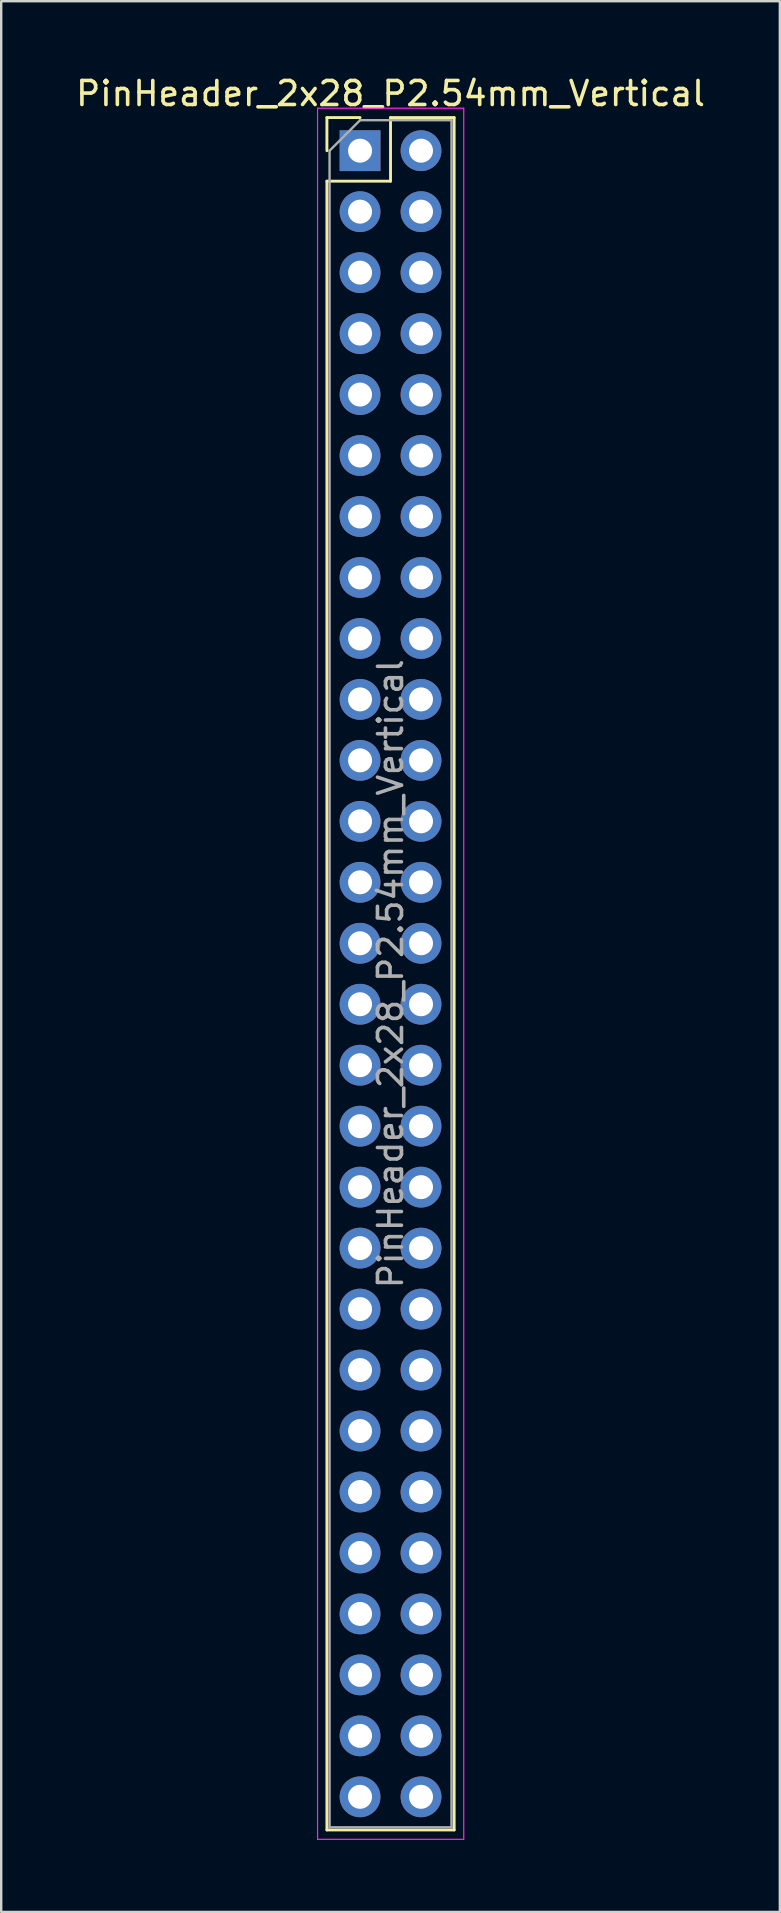
<source format=kicad_pcb>
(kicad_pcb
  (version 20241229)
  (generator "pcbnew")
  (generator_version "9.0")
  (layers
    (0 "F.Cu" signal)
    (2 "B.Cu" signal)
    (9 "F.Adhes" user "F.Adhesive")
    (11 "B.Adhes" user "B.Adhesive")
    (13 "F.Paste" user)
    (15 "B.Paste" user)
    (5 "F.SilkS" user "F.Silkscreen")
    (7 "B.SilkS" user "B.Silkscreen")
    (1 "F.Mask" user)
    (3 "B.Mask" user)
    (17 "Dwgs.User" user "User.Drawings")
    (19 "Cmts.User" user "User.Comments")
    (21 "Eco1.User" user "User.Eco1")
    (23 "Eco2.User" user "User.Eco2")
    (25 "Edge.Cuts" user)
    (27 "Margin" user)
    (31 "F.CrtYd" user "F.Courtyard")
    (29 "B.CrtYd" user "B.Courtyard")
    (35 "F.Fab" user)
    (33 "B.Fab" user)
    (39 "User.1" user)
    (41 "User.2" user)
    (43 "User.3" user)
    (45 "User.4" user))
  (footprint "PinHeader_2x28_P2.54mm_Vertical"
    (layer "F.Cu")
    (at 11.95 3.228)
    (property "Reference" "PinHeader_2x28_P2.54mm_Vertical" (at 1.27 -2.38 0) (layer "F.SilkS") (effects (font (size 1 1) (thickness 0.15))))
    (attr through_hole)
    (fp_line (start -1.38 -1.38) (end 0 -1.38) (stroke (width 0.12) (type solid)) (layer "F.SilkS"))
    (fp_line (start -1.38 0) (end -1.38 -1.38) (stroke (width 0.12) (type solid)) (layer "F.SilkS"))
    (fp_line (start -1.38 1.27) (end -1.38 69.96) (stroke (width 0.12) (type solid)) (layer "F.SilkS"))
    (fp_line (start -1.38 1.27) (end 1.27 1.27) (stroke (width 0.12) (type solid)) (layer "F.SilkS"))
    (fp_line (start -1.38 69.96) (end 3.92 69.96) (stroke (width 0.12) (type solid)) (layer "F.SilkS"))
    (fp_line (start 1.27 -1.38) (end 3.92 -1.38) (stroke (width 0.12) (type solid)) (layer "F.SilkS"))
    (fp_line (start 1.27 1.27) (end 1.27 -1.38) (stroke (width 0.12) (type solid)) (layer "F.SilkS"))
    (fp_line (start 3.92 -1.38) (end 3.92 69.96) (stroke (width 0.12) (type solid)) (layer "F.SilkS"))
    (fp_line (start -1.77 -1.77) (end -1.77 70.35) (stroke (width 0.05) (type solid)) (layer "F.CrtYd"))
    (fp_line (start -1.77 70.35) (end 4.32 70.35) (stroke (width 0.05) (type solid)) (layer "F.CrtYd"))
    (fp_line (start 4.32 -1.77) (end -1.77 -1.77) (stroke (width 0.05) (type solid)) (layer "F.CrtYd"))
    (fp_line (start 4.32 70.35) (end 4.32 -1.77) (stroke (width 0.05) (type solid)) (layer "F.CrtYd"))
    (fp_line (start -1.27 0) (end 0 -1.27) (stroke (width 0.1) (type solid)) (layer "F.Fab"))
    (fp_line (start -1.27 69.85) (end -1.27 0) (stroke (width 0.1) (type solid)) (layer "F.Fab"))
    (fp_line (start 0 -1.27) (end 3.81 -1.27) (stroke (width 0.1) (type solid)) (layer "F.Fab"))
    (fp_line (start 3.81 -1.27) (end 3.81 69.85) (stroke (width 0.1) (type solid)) (layer "F.Fab"))
    (fp_line (start 3.81 69.85) (end -1.27 69.85) (stroke (width 0.1) (type solid)) (layer "F.Fab"))
    (fp_text user "${REFERENCE}" (at 1.27 34.29 90) (layer "F.Fab") (effects (font (size 1 1) (thickness 0.15))))
    (pad "1" thru_hole rect (at 0 0) (size 1.7 1.7) (drill 1) (layers "*.Cu" "*.Mask"))
    (pad "2" thru_hole circle (at 2.54 0) (size 1.7 1.7) (drill 1) (layers "*.Cu" "*.Mask"))
    (pad "3" thru_hole circle (at 0 2.54) (size 1.7 1.7) (drill 1) (layers "*.Cu" "*.Mask"))
    (pad "4" thru_hole circle (at 2.54 2.54) (size 1.7 1.7) (drill 1) (layers "*.Cu" "*.Mask"))
    (pad "5" thru_hole circle (at 0 5.08) (size 1.7 1.7) (drill 1) (layers "*.Cu" "*.Mask"))
    (pad "6" thru_hole circle (at 2.54 5.08) (size 1.7 1.7) (drill 1) (layers "*.Cu" "*.Mask"))
    (pad "7" thru_hole circle (at 0 7.62) (size 1.7 1.7) (drill 1) (layers "*.Cu" "*.Mask"))
    (pad "8" thru_hole circle (at 2.54 7.62) (size 1.7 1.7) (drill 1) (layers "*.Cu" "*.Mask"))
    (pad "9" thru_hole circle (at 0 10.16) (size 1.7 1.7) (drill 1) (layers "*.Cu" "*.Mask"))
    (pad "10" thru_hole circle (at 2.54 10.16) (size 1.7 1.7) (drill 1) (layers "*.Cu" "*.Mask"))
    (pad "11" thru_hole circle (at 0 12.7) (size 1.7 1.7) (drill 1) (layers "*.Cu" "*.Mask"))
    (pad "12" thru_hole circle (at 2.54 12.7) (size 1.7 1.7) (drill 1) (layers "*.Cu" "*.Mask"))
    (pad "13" thru_hole circle (at 0 15.24) (size 1.7 1.7) (drill 1) (layers "*.Cu" "*.Mask"))
    (pad "14" thru_hole circle (at 2.54 15.24) (size 1.7 1.7) (drill 1) (layers "*.Cu" "*.Mask"))
    (pad "15" thru_hole circle (at 0 17.78) (size 1.7 1.7) (drill 1) (layers "*.Cu" "*.Mask"))
    (pad "16" thru_hole circle (at 2.54 17.78) (size 1.7 1.7) (drill 1) (layers "*.Cu" "*.Mask"))
    (pad "17" thru_hole circle (at 0 20.32) (size 1.7 1.7) (drill 1) (layers "*.Cu" "*.Mask"))
    (pad "18" thru_hole circle (at 2.54 20.32) (size 1.7 1.7) (drill 1) (layers "*.Cu" "*.Mask"))
    (pad "19" thru_hole circle (at 0 22.86) (size 1.7 1.7) (drill 1) (layers "*.Cu" "*.Mask"))
    (pad "20" thru_hole circle (at 2.54 22.86) (size 1.7 1.7) (drill 1) (layers "*.Cu" "*.Mask"))
    (pad "21" thru_hole circle (at 0 25.4) (size 1.7 1.7) (drill 1) (layers "*.Cu" "*.Mask"))
    (pad "22" thru_hole circle (at 2.54 25.4) (size 1.7 1.7) (drill 1) (layers "*.Cu" "*.Mask"))
    (pad "23" thru_hole circle (at 0 27.94) (size 1.7 1.7) (drill 1) (layers "*.Cu" "*.Mask"))
    (pad "24" thru_hole circle (at 2.54 27.94) (size 1.7 1.7) (drill 1) (layers "*.Cu" "*.Mask"))
    (pad "25" thru_hole circle (at 0 30.48) (size 1.7 1.7) (drill 1) (layers "*.Cu" "*.Mask"))
    (pad "26" thru_hole circle (at 2.54 30.48) (size 1.7 1.7) (drill 1) (layers "*.Cu" "*.Mask"))
    (pad "27" thru_hole circle (at 0 33.02) (size 1.7 1.7) (drill 1) (layers "*.Cu" "*.Mask"))
    (pad "28" thru_hole circle (at 2.54 33.02) (size 1.7 1.7) (drill 1) (layers "*.Cu" "*.Mask"))
    (pad "29" thru_hole circle (at 0 35.56) (size 1.7 1.7) (drill 1) (layers "*.Cu" "*.Mask"))
    (pad "30" thru_hole circle (at 2.54 35.56) (size 1.7 1.7) (drill 1) (layers "*.Cu" "*.Mask"))
    (pad "31" thru_hole circle (at 0 38.1) (size 1.7 1.7) (drill 1) (layers "*.Cu" "*.Mask"))
    (pad "32" thru_hole circle (at 2.54 38.1) (size 1.7 1.7) (drill 1) (layers "*.Cu" "*.Mask"))
    (pad "33" thru_hole circle (at 0 40.64) (size 1.7 1.7) (drill 1) (layers "*.Cu" "*.Mask"))
    (pad "34" thru_hole circle (at 2.54 40.64) (size 1.7 1.7) (drill 1) (layers "*.Cu" "*.Mask"))
    (pad "35" thru_hole circle (at 0 43.18) (size 1.7 1.7) (drill 1) (layers "*.Cu" "*.Mask"))
    (pad "36" thru_hole circle (at 2.54 43.18) (size 1.7 1.7) (drill 1) (layers "*.Cu" "*.Mask"))
    (pad "37" thru_hole circle (at 0 45.72) (size 1.7 1.7) (drill 1) (layers "*.Cu" "*.Mask"))
    (pad "38" thru_hole circle (at 2.54 45.72) (size 1.7 1.7) (drill 1) (layers "*.Cu" "*.Mask"))
    (pad "39" thru_hole circle (at 0 48.26) (size 1.7 1.7) (drill 1) (layers "*.Cu" "*.Mask"))
    (pad "40" thru_hole circle (at 2.54 48.26) (size 1.7 1.7) (drill 1) (layers "*.Cu" "*.Mask"))
    (pad "41" thru_hole circle (at 0 50.8) (size 1.7 1.7) (drill 1) (layers "*.Cu" "*.Mask"))
    (pad "42" thru_hole circle (at 2.54 50.8) (size 1.7 1.7) (drill 1) (layers "*.Cu" "*.Mask"))
    (pad "43" thru_hole circle (at 0 53.34) (size 1.7 1.7) (drill 1) (layers "*.Cu" "*.Mask"))
    (pad "44" thru_hole circle (at 2.54 53.34) (size 1.7 1.7) (drill 1) (layers "*.Cu" "*.Mask"))
    (pad "45" thru_hole circle (at 0 55.88) (size 1.7 1.7) (drill 1) (layers "*.Cu" "*.Mask"))
    (pad "46" thru_hole circle (at 2.54 55.88) (size 1.7 1.7) (drill 1) (layers "*.Cu" "*.Mask"))
    (pad "47" thru_hole circle (at 0 58.42) (size 1.7 1.7) (drill 1) (layers "*.Cu" "*.Mask"))
    (pad "48" thru_hole circle (at 2.54 58.42) (size 1.7 1.7) (drill 1) (layers "*.Cu" "*.Mask"))
    (pad "49" thru_hole circle (at 0 60.96) (size 1.7 1.7) (drill 1) (layers "*.Cu" "*.Mask"))
    (pad "50" thru_hole circle (at 2.54 60.96) (size 1.7 1.7) (drill 1) (layers "*.Cu" "*.Mask"))
    (pad "51" thru_hole circle (at 0 63.5) (size 1.7 1.7) (drill 1) (layers "*.Cu" "*.Mask"))
    (pad "52" thru_hole circle (at 2.54 63.5) (size 1.7 1.7) (drill 1) (layers "*.Cu" "*.Mask"))
    (pad "53" thru_hole circle (at 0 66.04) (size 1.7 1.7) (drill 1) (layers "*.Cu" "*.Mask"))
    (pad "54" thru_hole circle (at 2.54 66.04) (size 1.7 1.7) (drill 1) (layers "*.Cu" "*.Mask"))
    (pad "55" thru_hole circle (at 0 68.58) (size 1.7 1.7) (drill 1) (layers "*.Cu" "*.Mask"))
    (pad "56" thru_hole circle (at 2.54 68.58) (size 1.7 1.7) (drill 1) (layers "*.Cu" "*.Mask")))
  (gr_rect
    (start -3 -3)
    (end 29.44 76.603)
    (stroke (width 0.1) (type default))
    (fill no)
    (layer "Edge.Cuts")))
</source>
